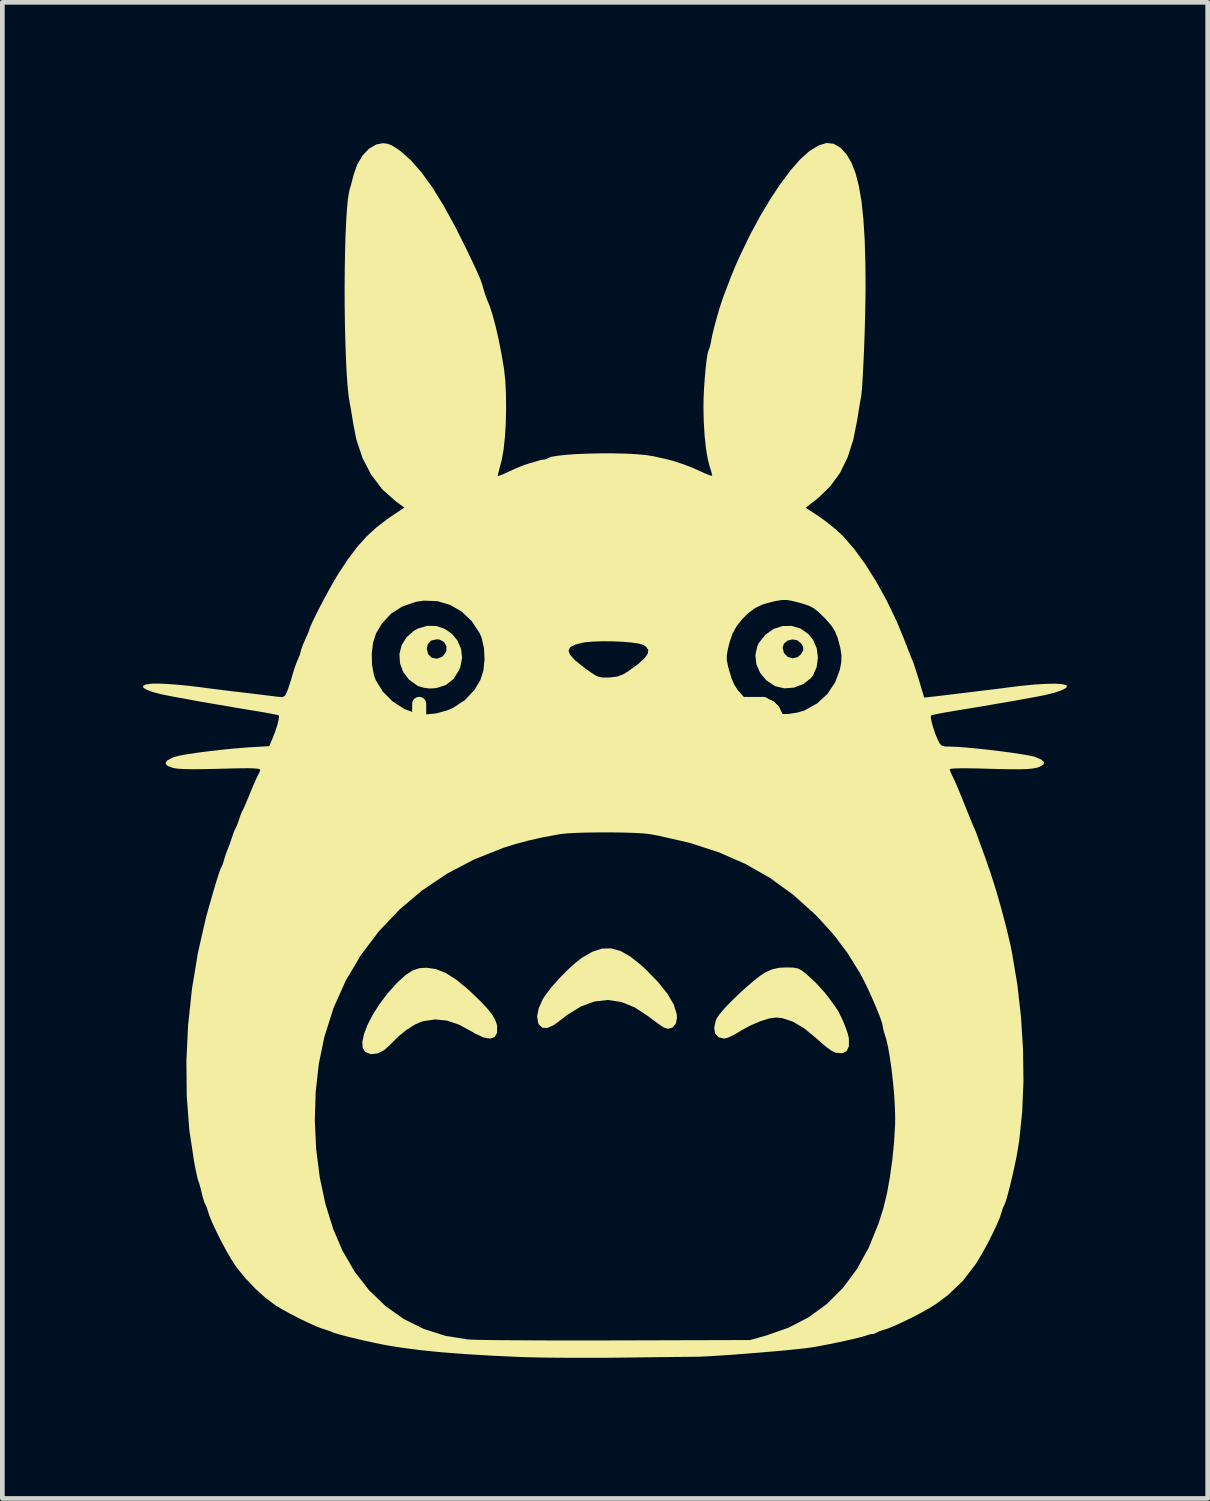
<source format=kicad_pcb>
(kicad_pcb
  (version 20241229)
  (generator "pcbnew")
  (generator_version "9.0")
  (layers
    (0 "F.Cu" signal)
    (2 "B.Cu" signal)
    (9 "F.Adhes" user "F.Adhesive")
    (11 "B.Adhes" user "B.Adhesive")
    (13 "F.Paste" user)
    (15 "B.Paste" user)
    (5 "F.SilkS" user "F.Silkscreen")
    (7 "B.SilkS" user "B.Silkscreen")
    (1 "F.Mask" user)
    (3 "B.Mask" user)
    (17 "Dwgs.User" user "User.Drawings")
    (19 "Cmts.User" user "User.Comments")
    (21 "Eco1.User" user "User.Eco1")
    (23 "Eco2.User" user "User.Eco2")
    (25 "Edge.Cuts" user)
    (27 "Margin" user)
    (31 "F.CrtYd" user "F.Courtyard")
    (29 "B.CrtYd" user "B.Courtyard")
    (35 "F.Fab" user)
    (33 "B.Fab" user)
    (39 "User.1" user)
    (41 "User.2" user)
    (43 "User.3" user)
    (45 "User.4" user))
  (footprint "totoro2"
    (layer "F.Cu")
    (at 9.664 12.798)
    (property "Reference" "totoro2" (at 0 0 0) (layer "F.SilkS") (effects (font (size 1.524 1.524) (thickness 0.3))))
    (attr board_only exclude_from_pos_files exclude_from_bom)
    (fp_poly (pts (xy 4.358 -2.443) (xy 4.525 -2.327) (xy 4.627 -2.203) (xy 4.705 -2.022) (xy 4.73 -1.821) (xy 4.703 -1.621) (xy 4.626 -1.445) (xy 4.578 -1.383) (xy 4.415 -1.257) (xy 4.221 -1.183) (xy 4.017 -1.167) (xy 3.824 -1.212) (xy 3.808 -1.219) (xy 3.63 -1.338) (xy 3.498 -1.497) (xy 3.418 -1.681) (xy 3.396 -1.876) (xy 3.43 -2.032) (xy 3.977 -2.032) (xy 4.007 -1.917) (xy 4.084 -1.84) (xy 4.186 -1.808) (xy 4.292 -1.83) (xy 4.357 -1.882) (xy 4.416 -1.97) (xy 4.416 -2.048) (xy 4.369 -2.13) (xy 4.286 -2.195) (xy 4.183 -2.211) (xy 4.081 -2.184) (xy 4.005 -2.12) (xy 3.977 -2.032) (xy 3.43 -2.032) (xy 3.438 -2.067) (xy 3.473 -2.138) (xy 3.613 -2.314) (xy 3.784 -2.434) (xy 3.975 -2.496) (xy 4.17 -2.499)) (stroke (width 0) (type solid)) (fill yes) (layer "F.SilkS"))
    (fp_poly (pts (xy -3.41 -2.497) (xy -3.23 -2.437) (xy -3.076 -2.33) (xy -2.957 -2.185) (xy -2.881 -2.011) (xy -2.859 -1.818) (xy -2.899 -1.614) (xy -2.922 -1.557) (xy -3.044 -1.365) (xy -3.205 -1.238) (xy -3.406 -1.173) (xy -3.539 -1.163) (xy -3.67 -1.178) (xy -3.791 -1.214) (xy -3.808 -1.222) (xy -3.99 -1.352) (xy -4.115 -1.517) (xy -4.183 -1.702) (xy -4.195 -1.896) (xy -4.168 -2.007) (xy -3.611 -2.007) (xy -3.581 -1.892) (xy -3.505 -1.82) (xy -3.401 -1.799) (xy -3.291 -1.837) (xy -3.258 -1.863) (xy -3.194 -1.961) (xy -3.192 -2.065) (xy -3.243 -2.155) (xy -3.339 -2.207) (xy -3.392 -2.214) (xy -3.519 -2.187) (xy -3.592 -2.108) (xy -3.611 -2.007) (xy -4.168 -2.007) (xy -4.149 -2.084) (xy -4.046 -2.255) (xy -3.886 -2.395) (xy -3.808 -2.439) (xy -3.606 -2.501)) (stroke (width 0) (type solid)) (fill yes) (layer "F.SilkS"))
    (fp_poly (pts (xy 0.518 4.433) (xy 0.73 4.553) (xy 0.962 4.738) (xy 1.056 4.825) (xy 1.325 5.101) (xy 1.524 5.351) (xy 1.655 5.576) (xy 1.718 5.778) (xy 1.725 5.858) (xy 1.7 5.983) (xy 1.631 6.066) (xy 1.536 6.095) (xy 1.445 6.068) (xy 1.384 6.028) (xy 1.282 5.955) (xy 1.159 5.863) (xy 1.118 5.831) (xy 0.825 5.639) (xy 0.537 5.522) (xy 0.251 5.479) (xy -0.035 5.511) (xy -0.323 5.617) (xy -0.615 5.797) (xy -0.733 5.89) (xy -0.905 6.016) (xy -1.042 6.076) (xy -1.146 6.072) (xy -1.219 6.004) (xy -1.236 5.97) (xy -1.258 5.829) (xy -1.225 5.657) (xy -1.143 5.472) (xy -1.089 5.386) (xy -0.954 5.209) (xy -0.786 5.019) (xy -0.605 4.836) (xy -0.431 4.677) (xy -0.302 4.578) (xy -0.083 4.452) (xy 0.121 4.384) (xy 0.318 4.378)) (stroke (width 0) (type solid)) (fill yes) (layer "F.SilkS"))
    (fp_poly (pts (xy -3.416 4.82) (xy -3.203 4.906) (xy -2.974 5.052) (xy -2.722 5.262) (xy -2.686 5.295) (xy -2.481 5.492) (xy -2.329 5.652) (xy -2.223 5.784) (xy -2.155 5.897) (xy -2.118 6.001) (xy -2.111 6.041) (xy -2.114 6.183) (xy -2.166 6.271) (xy -2.262 6.303) (xy -2.4 6.279) (xy -2.576 6.198) (xy -2.641 6.159) (xy -2.922 6.007) (xy -3.18 5.919) (xy -3.428 5.894) (xy -3.676 5.929) (xy -3.731 5.944) (xy -3.878 6.01) (xy -4.048 6.12) (xy -4.218 6.258) (xy -4.369 6.408) (xy -4.385 6.426) (xy -4.52 6.549) (xy -4.665 6.62) (xy -4.805 6.635) (xy -4.924 6.589) (xy -4.924 6.589) (xy -4.979 6.503) (xy -4.986 6.371) (xy -4.95 6.204) (xy -4.875 6.009) (xy -4.766 5.797) (xy -4.626 5.576) (xy -4.461 5.355) (xy -4.274 5.144) (xy -4.219 5.088) (xy -4.057 4.942) (xy -3.915 4.85) (xy -3.774 4.802) (xy -3.621 4.791)) (stroke (width 0) (type solid)) (fill yes) (layer "F.SilkS"))
    (fp_poly (pts (xy 4.199 4.788) (xy 4.295 4.804) (xy 4.376 4.844) (xy 4.467 4.912) (xy 4.675 5.101) (xy 4.875 5.321) (xy 4.979 5.455) (xy 5.041 5.541) (xy 5.087 5.603) (xy 5.092 5.609) (xy 5.166 5.724) (xy 5.245 5.88) (xy 5.317 6.051) (xy 5.37 6.207) (xy 5.391 6.301) (xy 5.391 6.465) (xy 5.344 6.569) (xy 5.251 6.616) (xy 5.11 6.604) (xy 5.092 6.6) (xy 5.022 6.563) (xy 4.915 6.486) (xy 4.788 6.38) (xy 4.692 6.294) (xy 4.438 6.084) (xy 4.193 5.94) (xy 3.962 5.864) (xy 3.838 5.853) (xy 3.689 5.874) (xy 3.502 5.932) (xy 3.299 6.019) (xy 3.102 6.125) (xy 3.057 6.154) (xy 2.929 6.228) (xy 2.813 6.282) (xy 2.731 6.303) (xy 2.73 6.303) (xy 2.611 6.274) (xy 2.539 6.194) (xy 2.518 6.073) (xy 2.551 5.922) (xy 2.574 5.868) (xy 2.633 5.781) (xy 2.738 5.659) (xy 2.875 5.516) (xy 3.033 5.362) (xy 3.199 5.21) (xy 3.358 5.073) (xy 3.5 4.962) (xy 3.609 4.89) (xy 3.616 4.886) (xy 3.762 4.823) (xy 3.907 4.792) (xy 4.058 4.785)) (stroke (width 0) (type solid)) (fill yes) (layer "F.SilkS"))
    (fp_poly (pts (xy 5.065 -12.782) (xy 5.206 -12.7) (xy 5.224 -12.685) (xy 5.344 -12.552) (xy 5.446 -12.377) (xy 5.532 -12.156) (xy 5.603 -11.883) (xy 5.659 -11.557) (xy 5.7 -11.171) (xy 5.728 -10.723) (xy 5.743 -10.208) (xy 5.746 -9.736) (xy 5.744 -9.488) (xy 5.739 -9.214) (xy 5.732 -8.924) (xy 5.723 -8.628) (xy 5.712 -8.339) (xy 5.699 -8.067) (xy 5.687 -7.823) (xy 5.674 -7.617) (xy 5.661 -7.462) (xy 5.649 -7.368) (xy 5.646 -7.354) (xy 5.634 -7.294) (xy 5.614 -7.179) (xy 5.59 -7.027) (xy 5.572 -6.913) (xy 5.485 -6.471) (xy 5.362 -6.09) (xy 5.2 -5.761) (xy 4.994 -5.477) (xy 4.741 -5.231) (xy 4.685 -5.186) (xy 4.469 -5.019) (xy 4.749 -4.836) (xy 4.918 -4.714) (xy 5.099 -4.567) (xy 5.255 -4.424) (xy 5.266 -4.413) (xy 5.499 -4.146) (xy 5.738 -3.82) (xy 5.973 -3.445) (xy 6.198 -3.038) (xy 6.404 -2.61) (xy 6.566 -2.22) (xy 6.631 -2.052) (xy 6.688 -1.905) (xy 6.732 -1.795) (xy 6.754 -1.745) (xy 6.779 -1.677) (xy 6.818 -1.557) (xy 6.866 -1.406) (xy 6.892 -1.32) (xy 6.997 -0.97) (xy 7.147 -0.987) (xy 7.247 -0.998) (xy 7.401 -1.016) (xy 7.594 -1.039) (xy 7.811 -1.066) (xy 8.037 -1.093) (xy 8.256 -1.12) (xy 8.455 -1.144) (xy 8.617 -1.164) (xy 8.727 -1.178) (xy 8.761 -1.183) (xy 9.066 -1.221) (xy 9.345 -1.248) (xy 9.588 -1.263) (xy 9.788 -1.267) (xy 9.936 -1.258) (xy 10.023 -1.236) (xy 10.043 -1.217) (xy 10.02 -1.175) (xy 9.931 -1.127) (xy 9.783 -1.076) (xy 9.585 -1.027) (xy 9.417 -0.993) (xy 9.254 -0.963) (xy 9.113 -0.938) (xy 9.014 -0.92) (xy 8.986 -0.914) (xy 8.868 -0.893) (xy 8.693 -0.863) (xy 8.481 -0.827) (xy 8.248 -0.787) (xy 8.012 -0.747) (xy 7.791 -0.711) (xy 7.603 -0.68) (xy 7.585 -0.677) (xy 7.416 -0.648) (xy 7.275 -0.621) (xy 7.178 -0.6) (xy 7.142 -0.589) (xy 7.138 -0.541) (xy 7.157 -0.443) (xy 7.193 -0.317) (xy 7.24 -0.182) (xy 7.281 -0.084) (xy 7.327 0.009) (xy 7.373 0.056) (xy 7.443 0.073) (xy 7.549 0.075) (xy 7.69 0.08) (xy 7.881 0.094) (xy 8.106 0.115) (xy 8.351 0.141) (xy 8.599 0.171) (xy 8.837 0.202) (xy 9.049 0.234) (xy 9.222 0.263) (xy 9.338 0.288) (xy 9.361 0.295) (xy 9.494 0.353) (xy 9.554 0.408) (xy 9.54 0.461) (xy 9.45 0.509) (xy 9.397 0.526) (xy 9.316 0.542) (xy 9.204 0.553) (xy 9.052 0.559) (xy 8.851 0.559) (xy 8.59 0.554) (xy 8.383 0.548) (xy 8.085 0.54) (xy 7.848 0.537) (xy 7.677 0.539) (xy 7.573 0.547) (xy 7.541 0.558) (xy 7.557 0.614) (xy 7.596 0.699) (xy 7.597 0.7) (xy 7.629 0.766) (xy 7.664 0.842) (xy 7.707 0.941) (xy 7.763 1.077) (xy 7.838 1.261) (xy 7.896 1.407) (xy 7.959 1.562) (xy 8.014 1.697) (xy 8.054 1.792) (xy 8.067 1.82) (xy 8.102 1.903) (xy 8.144 2.017) (xy 8.154 2.045) (xy 8.193 2.155) (xy 8.248 2.305) (xy 8.306 2.463) (xy 8.31 2.476) (xy 8.421 2.795) (xy 8.536 3.162) (xy 8.648 3.553) (xy 8.75 3.941) (xy 8.835 4.301) (xy 8.872 4.483) (xy 8.984 5.156) (xy 9.062 5.846) (xy 9.105 6.537) (xy 9.114 7.214) (xy 9.087 7.862) (xy 9.025 8.465) (xy 8.989 8.692) (xy 8.956 8.871) (xy 8.914 9.07) (xy 8.868 9.273) (xy 8.821 9.467) (xy 8.777 9.636) (xy 8.739 9.765) (xy 8.711 9.84) (xy 8.706 9.849) (xy 8.677 9.91) (xy 8.65 9.999) (xy 8.609 10.121) (xy 8.538 10.289) (xy 8.444 10.486) (xy 8.337 10.695) (xy 8.225 10.898) (xy 8.117 11.077) (xy 8.086 11.125) (xy 7.819 11.472) (xy 7.506 11.771) (xy 7.245 11.966) (xy 7.106 12.052) (xy 6.93 12.151) (xy 6.735 12.253) (xy 6.537 12.349) (xy 6.356 12.432) (xy 6.208 12.491) (xy 6.132 12.515) (xy 6.038 12.545) (xy 5.979 12.575) (xy 5.92 12.602) (xy 5.904 12.602) (xy 5.844 12.608) (xy 5.815 12.618) (xy 5.727 12.647) (xy 5.582 12.686) (xy 5.395 12.73) (xy 5.182 12.777) (xy 4.961 12.822) (xy 4.747 12.863) (xy 4.596 12.889) (xy 4.462 12.907) (xy 4.269 12.928) (xy 4.031 12.952) (xy 3.761 12.976) (xy 3.472 13.001) (xy 3.178 13.024) (xy 2.891 13.046) (xy 2.626 13.064) (xy 2.394 13.078) (xy 2.21 13.087) (xy 2.087 13.089) (xy 2.082 13.089) (xy 2.029 13.089) (xy 1.909 13.091) (xy 1.732 13.092) (xy 1.506 13.095) (xy 1.24 13.098) (xy 0.943 13.102) (xy 0.624 13.106) (xy 0.6 13.106) (xy 0.241 13.11) (xy -0.131 13.111) (xy -0.499 13.111) (xy -0.849 13.109) (xy -1.165 13.105) (xy -1.432 13.099) (xy -1.576 13.095) (xy -2.213 13.066) (xy -2.783 13.032) (xy -3.292 12.993) (xy -3.747 12.947) (xy -4.154 12.894) (xy -4.408 12.854) (xy -4.575 12.823) (xy -4.771 12.782) (xy -4.978 12.736) (xy -5.182 12.688) (xy -5.364 12.643) (xy -5.509 12.603) (xy -5.6 12.574) (xy -5.609 12.57) (xy -5.693 12.537) (xy -5.808 12.499) (xy -5.834 12.491) (xy -5.96 12.444) (xy -6.131 12.368) (xy -6.326 12.274) (xy -6.525 12.171) (xy -6.71 12.069) (xy -6.837 11.992) (xy -7.041 11.841) (xy -7.259 11.645) (xy -7.47 11.425) (xy -7.654 11.201) (xy -7.707 11.127) (xy -7.798 10.983) (xy -7.9 10.804) (xy -8.005 10.607) (xy -8.104 10.408) (xy -8.189 10.225) (xy -8.25 10.075) (xy -8.276 9.995) (xy -8.304 9.903) (xy -8.331 9.848) (xy -8.357 9.792) (xy -8.388 9.69) (xy -8.405 9.623) (xy -8.434 9.503) (xy -8.46 9.409) (xy -8.469 9.38) (xy -8.487 9.331) (xy -8.502 9.28) (xy -8.518 9.209) (xy -8.541 9.1) (xy -8.573 8.936) (xy -8.574 8.929) (xy -8.676 8.253) (xy -8.692 8.049) (xy -6 8.049) (xy -5.971 8.661) (xy -5.895 9.259) (xy -5.773 9.833) (xy -5.606 10.368) (xy -5.411 10.824) (xy -5.148 11.277) (xy -4.84 11.673) (xy -4.489 12.01) (xy -4.1 12.285) (xy -3.674 12.496) (xy -3.214 12.642) (xy -2.739 12.719) (xy -2.65 12.724) (xy -2.492 12.728) (xy -2.273 12.732) (xy -1.999 12.735) (xy -1.676 12.737) (xy -1.312 12.739) (xy -0.913 12.741) (xy -0.485 12.741) (xy -0.035 12.741) (xy 0.43 12.74) (xy 0.431 12.74) (xy 3.283 12.732) (xy 3.627 12.636) (xy 4.105 12.468) (xy 4.537 12.244) (xy 4.923 11.961) (xy 5.265 11.619) (xy 5.562 11.218) (xy 5.816 10.757) (xy 6.028 10.234) (xy 6.126 9.92) (xy 6.2 9.619) (xy 6.264 9.267) (xy 6.317 8.888) (xy 6.355 8.507) (xy 6.376 8.146) (xy 6.378 7.991) (xy 6.372 7.758) (xy 6.356 7.494) (xy 6.33 7.216) (xy 6.299 6.942) (xy 6.262 6.687) (xy 6.223 6.469) (xy 6.184 6.303) (xy 6.171 6.263) (xy 6.137 6.154) (xy 6.117 6.07) (xy 6.116 6.053) (xy 6.1 5.978) (xy 6.057 5.85) (xy 5.992 5.686) (xy 5.913 5.499) (xy 5.826 5.304) (xy 5.737 5.117) (xy 5.652 4.952) (xy 5.622 4.898) (xy 5.358 4.473) (xy 5.068 4.088) (xy 4.731 3.716) (xy 4.662 3.647) (xy 4.202 3.234) (xy 3.712 2.879) (xy 3.185 2.578) (xy 2.615 2.329) (xy 1.996 2.128) (xy 1.323 1.974) (xy 1.144 1.942) (xy 1.013 1.927) (xy 0.824 1.916) (xy 0.593 1.909) (xy 0.336 1.905) (xy 0.07 1.905) (xy -0.188 1.908) (xy -0.423 1.915) (xy -0.618 1.926) (xy -0.756 1.94) (xy -0.769 1.942) (xy -1.127 2.008) (xy -1.436 2.077) (xy -1.72 2.153) (xy -1.977 2.234) (xy -2.597 2.479) (xy -3.176 2.783) (xy -3.712 3.143) (xy -4.199 3.555) (xy -4.635 4.016) (xy -5.017 4.521) (xy -5.34 5.067) (xy -5.601 5.65) (xy -5.796 6.266) (xy -5.914 6.839) (xy -5.981 7.438) (xy -6 8.049) (xy -8.692 8.049) (xy -8.731 7.532) (xy -8.739 6.78) (xy -8.702 6.01) (xy -8.619 5.236) (xy -8.492 4.469) (xy -8.322 3.725) (xy -8.262 3.508) (xy -8.176 3.208) (xy -8.107 2.976) (xy -8.055 2.808) (xy -8.017 2.7) (xy -7.994 2.647) (xy -7.992 2.645) (xy -7.964 2.584) (xy -7.937 2.495) (xy -7.901 2.375) (xy -7.86 2.27) (xy -7.816 2.157) (xy -7.771 2.026) (xy -7.765 2.007) (xy -7.73 1.904) (xy -7.698 1.831) (xy -7.691 1.82) (xy -7.663 1.762) (xy -7.627 1.665) (xy -7.616 1.632) (xy -7.581 1.529) (xy -7.55 1.456) (xy -7.543 1.444) (xy -7.519 1.396) (xy -7.474 1.294) (xy -7.416 1.155) (xy -7.373 1.051) (xy -7.309 0.897) (xy -7.253 0.77) (xy -7.212 0.684) (xy -7.197 0.658) (xy -7.167 0.59) (xy -7.166 0.573) (xy -7.178 0.557) (xy -7.22 0.546) (xy -7.3 0.539) (xy -7.426 0.536) (xy -7.606 0.538) (xy -7.848 0.543) (xy -8.02 0.548) (xy -8.344 0.555) (xy -8.6 0.558) (xy -8.796 0.554) (xy -8.936 0.545) (xy -9.029 0.529) (xy -9.035 0.528) (xy -9.147 0.483) (xy -9.185 0.43) (xy -9.149 0.373) (xy -9.04 0.313) (xy -8.996 0.296) (xy -8.89 0.269) (xy -8.723 0.238) (xy -8.509 0.206) (xy -8.261 0.174) (xy -7.992 0.143) (xy -7.717 0.116) (xy -7.449 0.094) (xy -7.303 0.085) (xy -6.972 0.066) (xy -6.902 -0.098) (xy -6.847 -0.238) (xy -6.802 -0.376) (xy -6.772 -0.493) (xy -6.762 -0.571) (xy -6.767 -0.589) (xy -6.809 -0.602) (xy -6.91 -0.623) (xy -7.055 -0.65) (xy -7.22 -0.678) (xy -7.416 -0.71) (xy -7.638 -0.747) (xy -7.869 -0.787) (xy -8.095 -0.825) (xy -8.299 -0.86) (xy -8.467 -0.889) (xy -8.582 -0.91) (xy -8.61 -0.915) (xy -8.679 -0.928) (xy -8.801 -0.951) (xy -8.955 -0.978) (xy -9.04 -0.994) (xy -9.275 -1.041) (xy -9.458 -1.09) (xy -9.587 -1.138) (xy -9.657 -1.182) (xy -9.664 -1.22) (xy -9.606 -1.249) (xy -9.478 -1.267) (xy -9.455 -1.268) (xy -9.323 -1.269) (xy -9.138 -1.26) (xy -8.918 -1.244) (xy -8.686 -1.221) (xy -8.46 -1.194) (xy -8.367 -1.181) (xy -8.286 -1.171) (xy -8.147 -1.153) (xy -7.964 -1.13) (xy -7.752 -1.104) (xy -7.579 -1.084) (xy -7.354 -1.057) (xy -7.146 -1.032) (xy -6.97 -1.01) (xy -6.841 -0.994) (xy -6.784 -0.987) (xy -6.689 -0.981) (xy -6.637 -1.008) (xy -6.597 -1.086) (xy -6.593 -1.094) (xy -6.555 -1.199) (xy -6.509 -1.341) (xy -6.477 -1.453) (xy -6.434 -1.594) (xy -6.388 -1.721) (xy -6.358 -1.79) (xy -6.319 -1.88) (xy -6.31 -1.917) (xy -4.785 -1.917) (xy -4.78 -1.676) (xy -4.741 -1.454) (xy -4.701 -1.344) (xy -4.55 -1.098) (xy -4.341 -0.889) (xy -4.09 -0.727) (xy -3.846 -0.634) (xy -3.641 -0.61) (xy -3.408 -0.633) (xy -3.17 -0.699) (xy -3.055 -0.749) (xy -2.799 -0.916) (xy -2.592 -1.138) (xy -2.466 -1.351) (xy -2.404 -1.548) (xy -2.38 -1.782) (xy -2.389 -1.971) (xy -0.589 -1.971) (xy -0.554 -1.88) (xy -0.451 -1.766) (xy -0.278 -1.627) (xy -0.265 -1.616) (xy -0.123 -1.514) (xy -0.021 -1.448) (xy 0.06 -1.412) (xy 0.141 -1.398) (xy 0.241 -1.398) (xy 0.301 -1.4) (xy 0.452 -1.419) (xy 0.58 -1.468) (xy 0.695 -1.539) (xy 0.897 -1.687) (xy 0.993 -1.773) (xy 2.787 -1.773) (xy 2.81 -1.65) (xy 2.831 -1.568) (xy 2.888 -1.384) (xy 2.944 -1.249) (xy 3.015 -1.137) (xy 3.113 -1.024) (xy 3.147 -0.989) (xy 3.345 -0.827) (xy 3.582 -0.698) (xy 3.766 -0.634) (xy 3.918 -0.616) (xy 4.106 -0.622) (xy 4.294 -0.651) (xy 4.442 -0.695) (xy 4.716 -0.847) (xy 4.937 -1.052) (xy 5.101 -1.303) (xy 5.195 -1.556) (xy 5.227 -1.715) (xy 5.233 -1.862) (xy 5.21 -2.021) (xy 5.158 -2.219) (xy 5.148 -2.251) (xy 5.095 -2.384) (xy 5.016 -2.507) (xy 4.897 -2.644) (xy 4.856 -2.686) (xy 4.735 -2.802) (xy 4.638 -2.878) (xy 4.537 -2.93) (xy 4.406 -2.973) (xy 4.331 -2.994) (xy 4.177 -3.033) (xy 4.065 -3.052) (xy 3.967 -3.052) (xy 3.852 -3.034) (xy 3.774 -3.018) (xy 3.555 -2.958) (xy 3.381 -2.875) (xy 3.224 -2.753) (xy 3.12 -2.647) (xy 3.001 -2.5) (xy 2.914 -2.347) (xy 2.849 -2.161) (xy 2.812 -2.013) (xy 2.788 -1.883) (xy 2.787 -1.773) (xy 0.993 -1.773) (xy 1.033 -1.809) (xy 1.103 -1.909) (xy 1.111 -1.991) (xy 1.059 -2.06) (xy 0.994 -2.098) (xy 0.9 -2.124) (xy 0.748 -2.145) (xy 0.557 -2.161) (xy 0.346 -2.17) (xy 0.133 -2.171) (xy -0.065 -2.165) (xy -0.23 -2.15) (xy -0.28 -2.142) (xy -0.452 -2.099) (xy -0.555 -2.043) (xy -0.589 -1.971) (xy -2.389 -1.971) (xy -2.392 -2.023) (xy -2.441 -2.242) (xy -2.484 -2.345) (xy -2.655 -2.602) (xy -2.869 -2.805) (xy -3.115 -2.948) (xy -3.387 -3.027) (xy -3.673 -3.038) (xy -3.84 -3.013) (xy -4.132 -2.914) (xy -4.374 -2.76) (xy -4.57 -2.547) (xy -4.693 -2.341) (xy -4.756 -2.148) (xy -4.785 -1.917) (xy -6.31 -1.917) (xy -6.303 -1.944) (xy -6.288 -2.003) (xy -6.25 -2.105) (xy -6.209 -2.198) (xy -6.16 -2.31) (xy -6.126 -2.39) (xy -6.116 -2.419) (xy -6.098 -2.475) (xy -6.051 -2.582) (xy -5.98 -2.729) (xy -5.893 -2.901) (xy -5.796 -3.085) (xy -5.697 -3.268) (xy -5.602 -3.437) (xy -5.518 -3.579) (xy -5.5 -3.608) (xy -5.29 -3.925) (xy -5.093 -4.186) (xy -4.896 -4.406) (xy -4.686 -4.599) (xy -4.45 -4.78) (xy -4.362 -4.84) (xy -4.091 -5.022) (xy -4.277 -5.159) (xy -4.56 -5.412) (xy -4.796 -5.721) (xy -4.983 -6.08) (xy -5.116 -6.483) (xy -5.178 -6.799) (xy -5.204 -6.964) (xy -5.231 -7.126) (xy -5.253 -7.241) (xy -5.28 -7.411) (xy -5.303 -7.639) (xy -5.322 -7.917) (xy -5.337 -8.235) (xy -5.349 -8.584) (xy -5.358 -8.955) (xy -5.363 -9.339) (xy -5.364 -9.726) (xy -5.361 -10.108) (xy -5.355 -10.475) (xy -5.345 -10.818) (xy -5.331 -11.127) (xy -5.314 -11.394) (xy -5.293 -11.609) (xy -5.268 -11.764) (xy -5.254 -11.818) (xy -5.226 -11.911) (xy -5.193 -12.038) (xy -5.179 -12.097) (xy -5.1 -12.329) (xy -4.987 -12.525) (xy -4.847 -12.674) (xy -4.689 -12.767) (xy -4.546 -12.794) (xy -4.45 -12.783) (xy -4.353 -12.745) (xy -4.233 -12.669) (xy -4.167 -12.62) (xy -3.949 -12.428) (xy -3.725 -12.172) (xy -3.493 -11.851) (xy -3.252 -11.462) (xy -3 -11.003) (xy -2.761 -10.524) (xy -2.652 -10.296) (xy -2.571 -10.123) (xy -2.512 -9.994) (xy -2.47 -9.894) (xy -2.44 -9.812) (xy -2.416 -9.736) (xy -2.402 -9.684) (xy -2.368 -9.57) (xy -2.336 -9.479) (xy -2.327 -9.459) (xy -2.269 -9.32) (xy -2.206 -9.121) (xy -2.14 -8.874) (xy -2.077 -8.596) (xy -2.018 -8.298) (xy -1.967 -7.995) (xy -1.964 -7.973) (xy -1.937 -7.728) (xy -1.923 -7.442) (xy -1.92 -7.135) (xy -1.927 -6.824) (xy -1.945 -6.528) (xy -1.973 -6.265) (xy -2.01 -6.052) (xy -2.022 -6.003) (xy -2.059 -5.867) (xy -2.086 -5.759) (xy -2.1 -5.701) (xy -2.1 -5.697) (xy -2.07 -5.7) (xy -1.989 -5.731) (xy -1.874 -5.784) (xy -1.848 -5.796) (xy -1.695 -5.866) (xy -1.542 -5.927) (xy -1.426 -5.966) (xy -1.311 -5.998) (xy -1.222 -6.025) (xy -1.201 -6.032) (xy -1.132 -6.046) (xy -1.112 -6.045) (xy -1.057 -6.059) (xy -1.037 -6.073) (xy -0.963 -6.103) (xy -0.825 -6.128) (xy -0.637 -6.148) (xy -0.411 -6.164) (xy -0.158 -6.174) (xy 0.108 -6.179) (xy 0.377 -6.179) (xy 0.635 -6.173) (xy 0.871 -6.16) (xy 1.073 -6.142) (xy 1.228 -6.116) (xy 1.238 -6.114) (xy 1.353 -6.088) (xy 1.442 -6.068) (xy 1.463 -6.064) (xy 1.627 -6.023) (xy 1.828 -5.958) (xy 2.036 -5.88) (xy 2.222 -5.797) (xy 2.223 -5.797) (xy 2.343 -5.742) (xy 2.433 -5.708) (xy 2.475 -5.702) (xy 2.476 -5.705) (xy 2.465 -5.758) (xy 2.437 -5.853) (xy 2.421 -5.899) (xy 2.378 -6.069) (xy 2.341 -6.298) (xy 2.313 -6.568) (xy 2.295 -6.863) (xy 2.289 -7.155) (xy 2.292 -7.353) (xy 2.302 -7.567) (xy 2.317 -7.783) (xy 2.335 -7.987) (xy 2.355 -8.164) (xy 2.376 -8.298) (xy 2.397 -8.376) (xy 2.402 -8.385) (xy 2.424 -8.443) (xy 2.448 -8.545) (xy 2.456 -8.592) (xy 2.481 -8.718) (xy 2.524 -8.892) (xy 2.578 -9.09) (xy 2.636 -9.287) (xy 2.692 -9.459) (xy 2.717 -9.53) (xy 2.806 -9.763) (xy 2.876 -9.945) (xy 2.936 -10.093) (xy 2.993 -10.227) (xy 3.055 -10.365) (xy 3.085 -10.43) (xy 3.286 -10.845) (xy 3.499 -11.24) (xy 3.718 -11.606) (xy 3.937 -11.935) (xy 4.15 -12.219) (xy 4.352 -12.449) (xy 4.538 -12.617) (xy 4.557 -12.631) (xy 4.748 -12.748) (xy 4.915 -12.798)) (stroke (width 0) (type solid)) (fill yes) (layer "F.SilkS")))
  (gr_rect
    (start -3 -3)
    (end 22.707 28.909)
    (stroke (width 0.1) (type default))
    (fill no)
    (layer "Edge.Cuts")))
</source>
